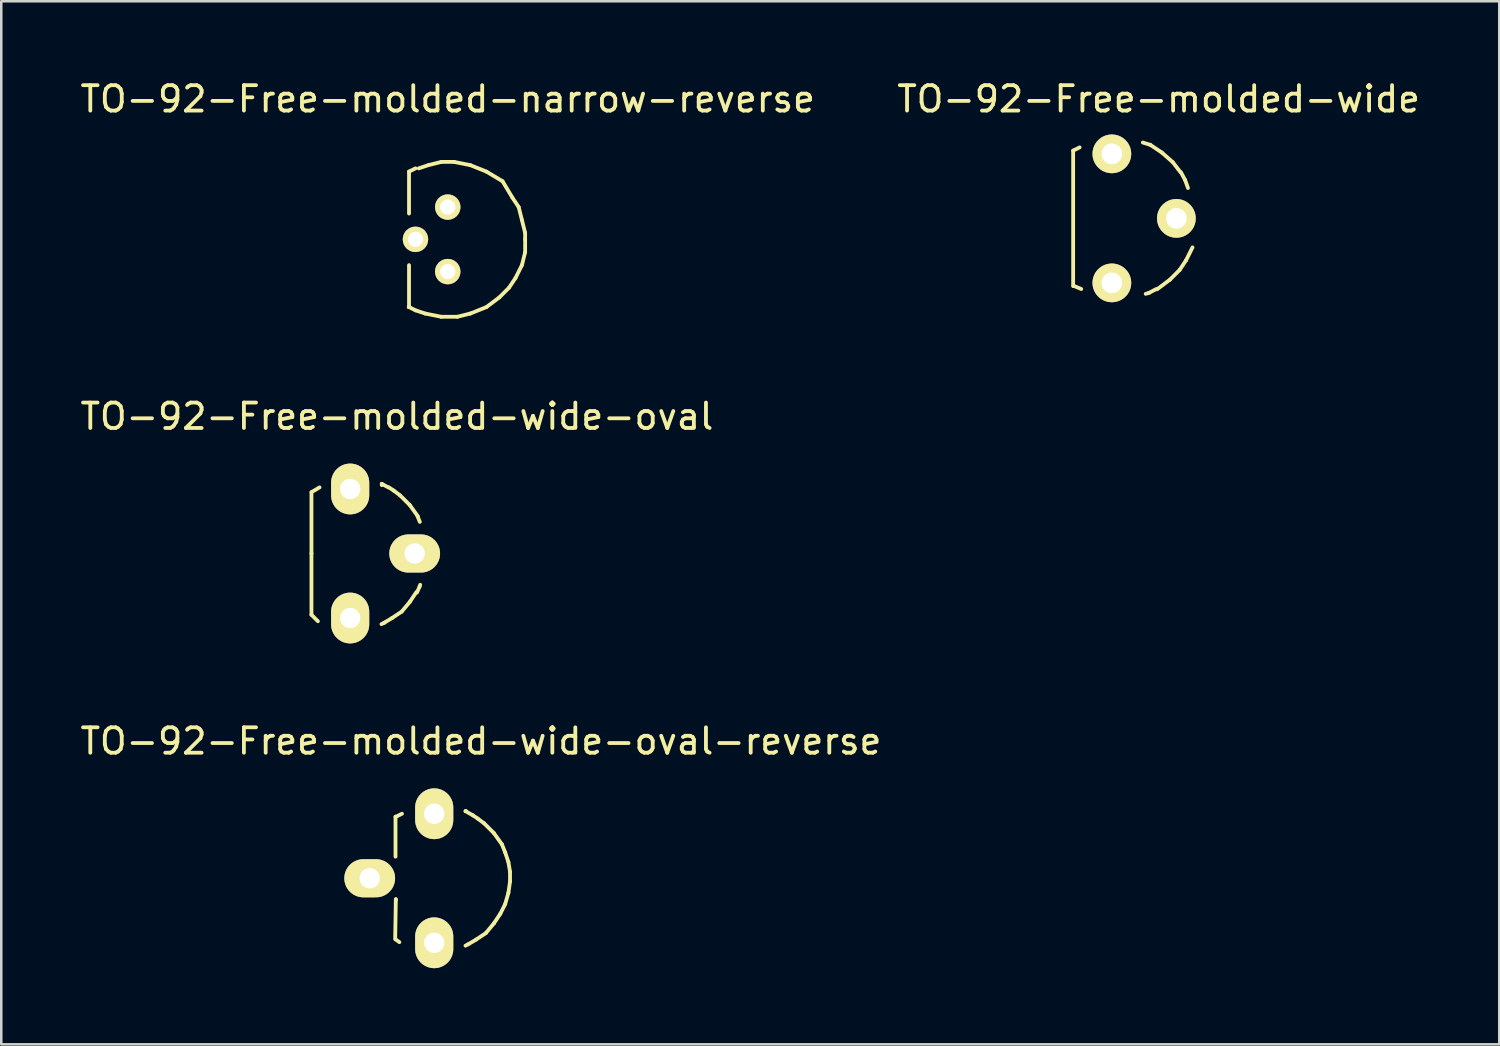
<source format=kicad_pcb>
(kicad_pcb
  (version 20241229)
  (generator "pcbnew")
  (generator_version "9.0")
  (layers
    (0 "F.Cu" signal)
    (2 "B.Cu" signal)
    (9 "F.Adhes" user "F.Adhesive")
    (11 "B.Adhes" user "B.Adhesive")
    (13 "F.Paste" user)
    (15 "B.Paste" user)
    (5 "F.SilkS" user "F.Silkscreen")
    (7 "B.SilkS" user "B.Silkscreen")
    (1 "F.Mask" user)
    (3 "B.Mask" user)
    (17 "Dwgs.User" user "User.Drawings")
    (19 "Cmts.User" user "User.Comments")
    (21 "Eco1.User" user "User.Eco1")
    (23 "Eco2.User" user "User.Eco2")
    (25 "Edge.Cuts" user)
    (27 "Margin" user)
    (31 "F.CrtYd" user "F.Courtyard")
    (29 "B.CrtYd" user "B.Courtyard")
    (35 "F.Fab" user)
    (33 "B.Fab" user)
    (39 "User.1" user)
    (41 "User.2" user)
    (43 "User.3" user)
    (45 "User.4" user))
  (footprint "TO-92-Free-molded-narrow-reverse"
    (layer "F.Cu")
    (at 14.577 6.373)
    (property "Reference" "TO-92-Free-molded-narrow-reverse" (at 0 -5.524 0) (layer "F.SilkS") (effects (font (size 1 1) (thickness 0.15))))
    (attr through_hole)
    (fp_line (start -1.537 2.667) (end -1.499 2.667) (stroke (width 0.15) (type solid)) (layer "F.SilkS"))
    (fp_line (start -1.524 -2.667) (end -1.524 -1.016) (stroke (width 0.15) (type solid)) (layer "F.SilkS"))
    (fp_line (start -1.524 -2.667) (end -1.27 -2.794) (stroke (width 0.15) (type solid)) (layer "F.SilkS"))
    (fp_line (start -1.524 2.667) (end -1.524 1.016) (stroke (width 0.15) (type solid)) (layer "F.SilkS"))
    (fp_line (start -1.27 2.794) (end -1.524 2.667) (stroke (width 0.15) (type solid)) (layer "F.SilkS"))
    (fp_line (start -1.143 -2.794) (end -0.762 -2.921) (stroke (width 0.15) (type solid)) (layer "F.SilkS"))
    (fp_line (start -0.889 2.921) (end -1.27 2.794) (stroke (width 0.15) (type solid)) (layer "F.SilkS"))
    (fp_line (start -0.762 -2.921) (end -0.254 -3.048) (stroke (width 0.15) (type solid)) (layer "F.SilkS"))
    (fp_line (start -0.254 -3.048) (end 0.254 -3.048) (stroke (width 0.15) (type solid)) (layer "F.SilkS"))
    (fp_line (start -0.254 3.048) (end -0.889 2.921) (stroke (width 0.15) (type solid)) (layer "F.SilkS"))
    (fp_line (start 0.254 -3.048) (end 0.889 -2.921) (stroke (width 0.15) (type solid)) (layer "F.SilkS"))
    (fp_line (start 0.381 3.048) (end -0.254 3.048) (stroke (width 0.15) (type solid)) (layer "F.SilkS"))
    (fp_line (start 0.889 -2.921) (end 1.524 -2.667) (stroke (width 0.15) (type solid)) (layer "F.SilkS"))
    (fp_line (start 0.889 2.921) (end 0.381 3.048) (stroke (width 0.15) (type solid)) (layer "F.SilkS"))
    (fp_line (start 1.524 -2.667) (end 2.159 -2.286) (stroke (width 0.15) (type solid)) (layer "F.SilkS"))
    (fp_line (start 1.524 2.667) (end 0.889 2.921) (stroke (width 0.15) (type solid)) (layer "F.SilkS"))
    (fp_line (start 2.032 2.286) (end 1.524 2.667) (stroke (width 0.15) (type solid)) (layer "F.SilkS"))
    (fp_line (start 2.159 -2.286) (end 2.54 -1.651) (stroke (width 0.15) (type solid)) (layer "F.SilkS"))
    (fp_line (start 2.413 1.905) (end 2.032 2.286) (stroke (width 0.15) (type solid)) (layer "F.SilkS"))
    (fp_line (start 2.54 -1.651) (end 2.794 -1.27) (stroke (width 0.15) (type solid)) (layer "F.SilkS"))
    (fp_line (start 2.667 1.524) (end 2.413 1.905) (stroke (width 0.15) (type solid)) (layer "F.SilkS"))
    (fp_line (start 2.794 -1.27) (end 2.921 -0.762) (stroke (width 0.15) (type solid)) (layer "F.SilkS"))
    (fp_line (start 2.921 -0.762) (end 3.048 -0.254) (stroke (width 0.15) (type solid)) (layer "F.SilkS"))
    (fp_line (start 2.921 1.016) (end 2.667 1.524) (stroke (width 0.15) (type solid)) (layer "F.SilkS"))
    (fp_line (start 3.048 -0.254) (end 3.048 0) (stroke (width 0.15) (type solid)) (layer "F.SilkS"))
    (fp_line (start 3.048 0) (end 3.048 0.508) (stroke (width 0.15) (type solid)) (layer "F.SilkS"))
    (fp_line (start 3.048 0.508) (end 2.921 1.016) (stroke (width 0.15) (type solid)) (layer "F.SilkS"))
    (pad "1" thru_hole circle (at 0 -1.27) (size 1.001 1.001) (drill 0.599) (layers "*.Cu" "*.Mask" "F.SilkS"))
    (pad "2" thru_hole circle (at -1.27 0) (size 1.001 1.001) (drill 0.599) (layers "*.Cu" "*.Mask" "F.SilkS"))
    (pad "3" thru_hole circle (at 0 1.27) (size 1.001 1.001) (drill 0.599) (layers "*.Cu" "*.Mask" "F.SilkS")))
  (footprint "TO-92-Free-molded-wide-oval-reverse"
    (layer "F.Cu")
    (at 14.045 31.527)
    (property "Reference" "TO-92-Free-molded-wide-oval-reverse" (at 1.841 -5.397 0) (layer "F.SilkS") (effects (font (size 1 1) (thickness 0.15))))
    (attr through_hole)
    (fp_line (start -1.537 2.4) (end -1.511 0.826) (stroke (width 0.15) (type solid)) (layer "F.SilkS"))
    (fp_line (start -1.524 -2.426) (end -1.524 -0.851) (stroke (width 0.15) (type solid)) (layer "F.SilkS"))
    (fp_line (start -1.524 -2.413) (end -1.27 -2.54) (stroke (width 0.15) (type solid)) (layer "F.SilkS"))
    (fp_line (start -1.511 0.826) (end -1.511 0.851) (stroke (width 0.15) (type solid)) (layer "F.SilkS"))
    (fp_line (start -1.511 2.413) (end -1.372 2.515) (stroke (width 0.15) (type solid)) (layer "F.SilkS"))
    (fp_line (start 1.232 -2.642) (end 1.245 -2.642) (stroke (width 0.15) (type solid)) (layer "F.SilkS"))
    (fp_line (start 1.245 -2.642) (end 1.257 -2.642) (stroke (width 0.15) (type solid)) (layer "F.SilkS"))
    (fp_line (start 1.321 2.603) (end 1.232 2.654) (stroke (width 0.15) (type solid)) (layer "F.SilkS"))
    (fp_line (start 1.524 -2.477) (end 1.232 -2.642) (stroke (width 0.15) (type solid)) (layer "F.SilkS"))
    (fp_line (start 1.524 -2.477) (end 1.714 -2.349) (stroke (width 0.15) (type solid)) (layer "F.SilkS"))
    (fp_line (start 1.651 2.413) (end 1.333 2.603) (stroke (width 0.15) (type solid)) (layer "F.SilkS"))
    (fp_line (start 1.714 -2.349) (end 1.968 -2.159) (stroke (width 0.15) (type solid)) (layer "F.SilkS"))
    (fp_line (start 1.968 -2.159) (end 2.349 -1.778) (stroke (width 0.15) (type solid)) (layer "F.SilkS"))
    (fp_line (start 2.032 2.159) (end 1.651 2.413) (stroke (width 0.15) (type solid)) (layer "F.SilkS"))
    (fp_line (start 2.349 -1.778) (end 2.667 -1.333) (stroke (width 0.15) (type solid)) (layer "F.SilkS"))
    (fp_line (start 2.349 1.778) (end 2.032 2.159) (stroke (width 0.15) (type solid)) (layer "F.SilkS"))
    (fp_line (start 2.603 1.397) (end 2.349 1.778) (stroke (width 0.15) (type solid)) (layer "F.SilkS"))
    (fp_line (start 2.667 -1.333) (end 2.794 -1.016) (stroke (width 0.15) (type solid)) (layer "F.SilkS"))
    (fp_line (start 2.794 -1.016) (end 2.921 -0.635) (stroke (width 0.15) (type solid)) (layer "F.SilkS"))
    (fp_line (start 2.794 1.016) (end 2.603 1.397) (stroke (width 0.15) (type solid)) (layer "F.SilkS"))
    (fp_line (start 2.921 -0.635) (end 2.985 -0.254) (stroke (width 0.15) (type solid)) (layer "F.SilkS"))
    (fp_line (start 2.921 0.572) (end 2.794 1.016) (stroke (width 0.15) (type solid)) (layer "F.SilkS"))
    (fp_line (start 2.985 -0.254) (end 2.985 0.127) (stroke (width 0.15) (type solid)) (layer "F.SilkS"))
    (fp_line (start 2.985 0.127) (end 2.921 0.572) (stroke (width 0.15) (type solid)) (layer "F.SilkS"))
    (pad "1" thru_hole oval (at 0 -2.54) (size 1.501 1.999) (drill 0.8) (layers "*.Cu" "*.Mask" "F.SilkS"))
    (pad "2" thru_hole oval (at -2.54 0) (size 1.999 1.501) (drill 0.8) (layers "*.Cu" "*.Mask" "F.SilkS"))
    (pad "3" thru_hole oval (at 0 2.54) (size 1.501 1.999) (drill 0.8) (layers "*.Cu" "*.Mask" "F.SilkS")))
  (footprint "TO-92-Free-molded-wide-oval"
    (layer "F.Cu")
    (at 10.736 18.741)
    (property "Reference" "TO-92-Free-molded-wide-oval" (at 1.841 -5.397 0) (layer "F.SilkS") (effects (font (size 1 1) (thickness 0.15))))
    (attr through_hole)
    (fp_line (start -1.524 -2.413) (end -1.206 -2.603) (stroke (width 0.15) (type solid)) (layer "F.SilkS"))
    (fp_line (start -1.524 0) (end -1.524 -2.413) (stroke (width 0.15) (type solid)) (layer "F.SilkS"))
    (fp_line (start -1.524 0) (end -1.524 2.413) (stroke (width 0.15) (type solid)) (layer "F.SilkS"))
    (fp_line (start -1.524 2.413) (end -1.27 2.667) (stroke (width 0.15) (type solid)) (layer "F.SilkS"))
    (fp_line (start 1.245 -2.743) (end 1.245 -2.692) (stroke (width 0.15) (type solid)) (layer "F.SilkS"))
    (fp_line (start 1.359 2.718) (end 1.232 2.781) (stroke (width 0.15) (type solid)) (layer "F.SilkS"))
    (fp_line (start 1.499 -2.603) (end 1.245 -2.743) (stroke (width 0.15) (type solid)) (layer "F.SilkS"))
    (fp_line (start 1.524 -2.603) (end 1.714 -2.477) (stroke (width 0.15) (type solid)) (layer "F.SilkS"))
    (fp_line (start 1.651 2.54) (end 1.333 2.731) (stroke (width 0.15) (type solid)) (layer "F.SilkS"))
    (fp_line (start 1.714 -2.477) (end 1.968 -2.286) (stroke (width 0.15) (type solid)) (layer "F.SilkS"))
    (fp_line (start 1.968 -2.286) (end 2.349 -1.905) (stroke (width 0.15) (type solid)) (layer "F.SilkS"))
    (fp_line (start 2.032 2.286) (end 1.651 2.54) (stroke (width 0.15) (type solid)) (layer "F.SilkS"))
    (fp_line (start 2.349 -1.905) (end 2.667 -1.46) (stroke (width 0.15) (type solid)) (layer "F.SilkS"))
    (fp_line (start 2.349 1.905) (end 2.032 2.286) (stroke (width 0.15) (type solid)) (layer "F.SilkS"))
    (fp_line (start 2.603 1.524) (end 2.349 1.905) (stroke (width 0.15) (type solid)) (layer "F.SilkS"))
    (fp_line (start 2.629 1.537) (end 2.731 1.308) (stroke (width 0.15) (type solid)) (layer "F.SilkS"))
    (fp_line (start 2.654 -1.46) (end 2.743 -1.245) (stroke (width 0.15) (type solid)) (layer "F.SilkS"))
    (fp_line (start 2.731 1.308) (end 2.756 1.232) (stroke (width 0.15) (type solid)) (layer "F.SilkS"))
    (pad "1" thru_hole oval (at 0 -2.54) (size 1.501 1.999) (drill 0.8) (layers "*.Cu" "*.Mask" "F.SilkS"))
    (pad "2" thru_hole oval (at 2.54 0) (size 1.999 1.501) (drill 0.8) (layers "*.Cu" "*.Mask" "F.SilkS"))
    (pad "3" thru_hole oval (at 0 2.54) (size 1.501 1.999) (drill 0.8) (layers "*.Cu" "*.Mask" "F.SilkS")))
  (footprint "TO-92-Free-molded-wide"
    (layer "F.Cu")
    (at 40.724 5.547)
    (property "Reference" "TO-92-Free-molded-wide" (at 1.841 -4.699 0) (layer "F.SilkS") (effects (font (size 1 1) (thickness 0.15))))
    (attr through_hole)
    (fp_line (start -1.524 -2.667) (end -1.524 2.667) (stroke (width 0.15) (type solid)) (layer "F.SilkS"))
    (fp_line (start -1.524 -2.667) (end -1.27 -2.794) (stroke (width 0.15) (type solid)) (layer "F.SilkS"))
    (fp_line (start -1.511 2.654) (end -1.206 2.781) (stroke (width 0.15) (type solid)) (layer "F.SilkS"))
    (fp_line (start 1.46 2.934) (end 1.333 2.972) (stroke (width 0.15) (type solid)) (layer "F.SilkS"))
    (fp_line (start 1.511 -2.896) (end 1.219 -2.985) (stroke (width 0.15) (type solid)) (layer "F.SilkS"))
    (fp_line (start 1.753 2.781) (end 1.46 2.934) (stroke (width 0.15) (type solid)) (layer "F.SilkS"))
    (fp_line (start 1.968 -2.591) (end 1.511 -2.896) (stroke (width 0.15) (type solid)) (layer "F.SilkS"))
    (fp_line (start 2.286 2.413) (end 1.778 2.794) (stroke (width 0.15) (type solid)) (layer "F.SilkS"))
    (fp_line (start 2.4 -2.21) (end 1.968 -2.591) (stroke (width 0.15) (type solid)) (layer "F.SilkS"))
    (fp_line (start 2.667 2.032) (end 2.286 2.413) (stroke (width 0.15) (type solid)) (layer "F.SilkS"))
    (fp_line (start 2.692 -1.829) (end 2.4 -2.21) (stroke (width 0.15) (type solid)) (layer "F.SilkS"))
    (fp_line (start 2.718 -1.816) (end 2.883 -1.511) (stroke (width 0.15) (type solid)) (layer "F.SilkS"))
    (fp_line (start 2.883 -1.511) (end 2.997 -1.194) (stroke (width 0.15) (type solid)) (layer "F.SilkS"))
    (fp_line (start 2.921 1.651) (end 2.667 2.032) (stroke (width 0.15) (type solid)) (layer "F.SilkS"))
    (fp_line (start 3.175 1.143) (end 2.921 1.651) (stroke (width 0.15) (type solid)) (layer "F.SilkS"))
    (pad "1" thru_hole circle (at 0 -2.54) (size 1.524 1.524) (drill 0.813) (layers "*.Cu" "*.Mask" "F.SilkS"))
    (pad "2" thru_hole circle (at 2.54 0) (size 1.524 1.524) (drill 0.813) (layers "*.Cu" "*.Mask" "F.SilkS"))
    (pad "3" thru_hole circle (at 0 2.54) (size 1.524 1.524) (drill 0.813) (layers "*.Cu" "*.Mask" "F.SilkS")))
  (gr_rect
    (start -3 -3)
    (end 55.976 38.066)
    (stroke (width 0.1) (type default))
    (fill no)
    (layer "Edge.Cuts")))
</source>
